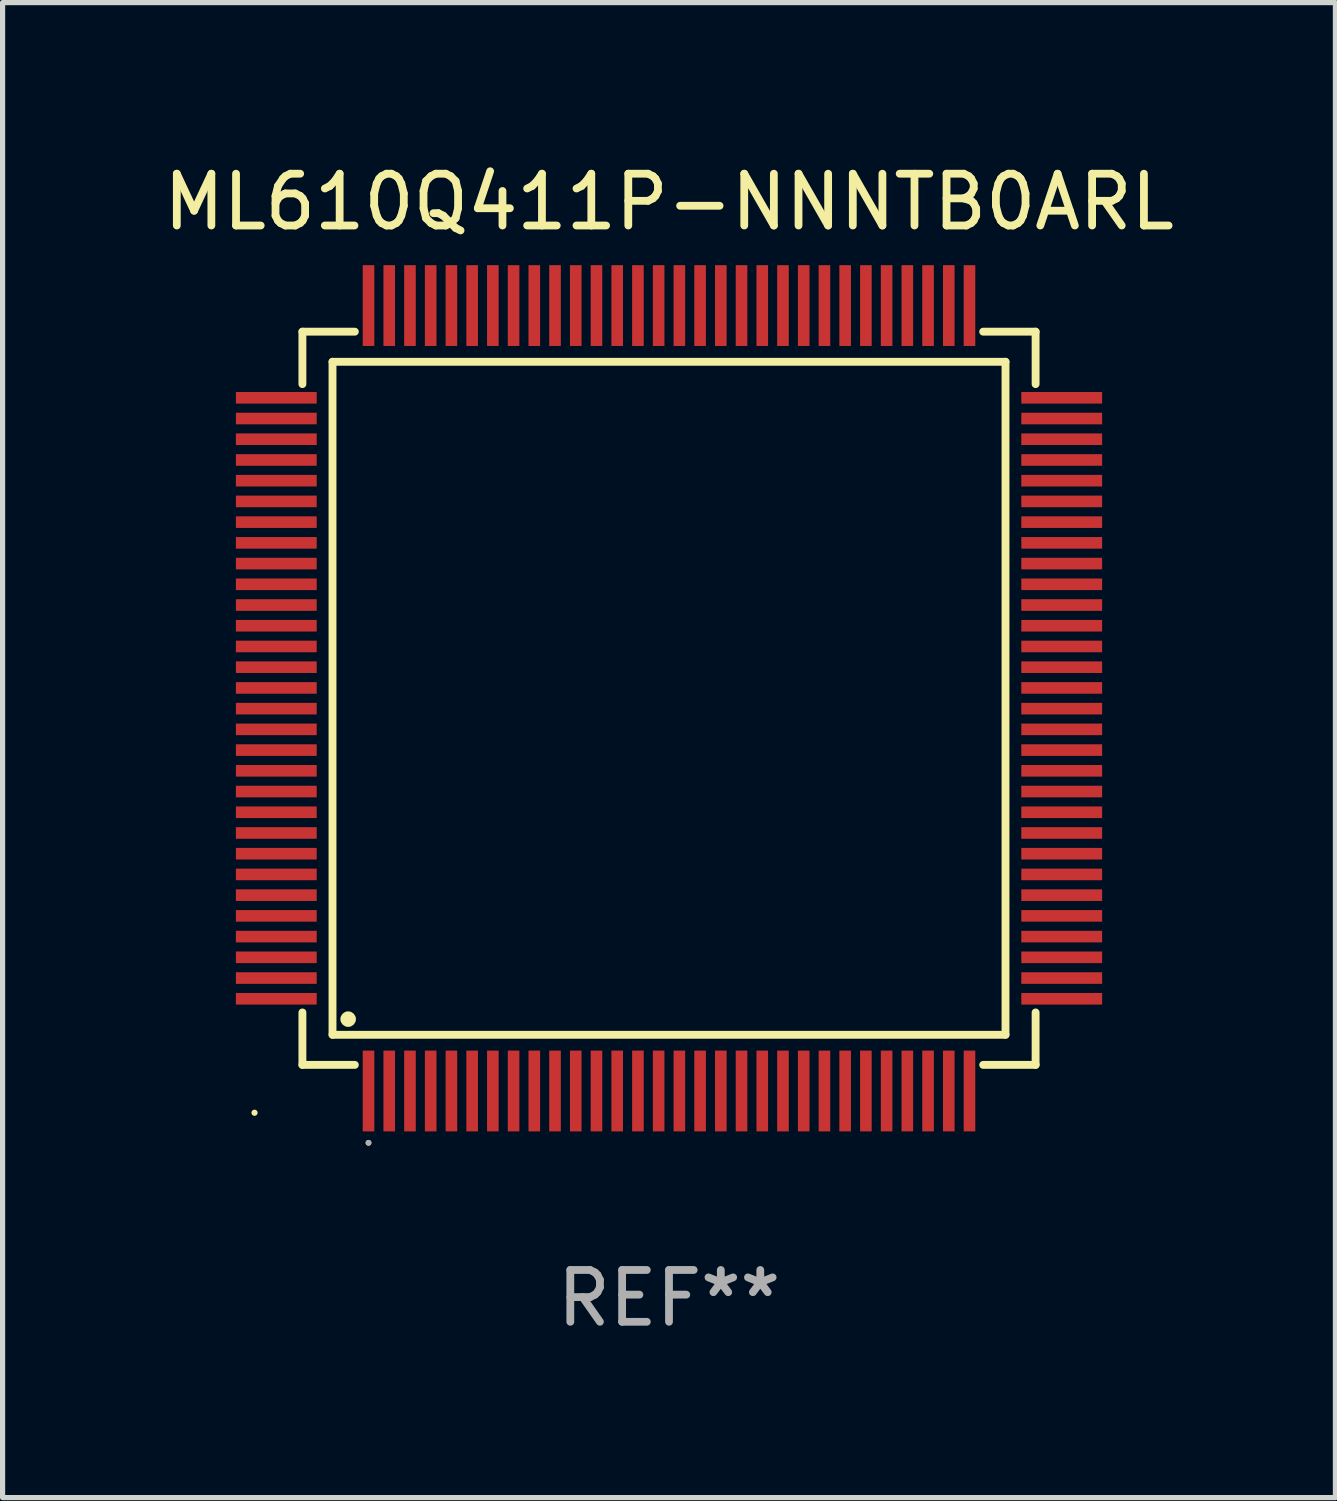
<source format=kicad_pcb>
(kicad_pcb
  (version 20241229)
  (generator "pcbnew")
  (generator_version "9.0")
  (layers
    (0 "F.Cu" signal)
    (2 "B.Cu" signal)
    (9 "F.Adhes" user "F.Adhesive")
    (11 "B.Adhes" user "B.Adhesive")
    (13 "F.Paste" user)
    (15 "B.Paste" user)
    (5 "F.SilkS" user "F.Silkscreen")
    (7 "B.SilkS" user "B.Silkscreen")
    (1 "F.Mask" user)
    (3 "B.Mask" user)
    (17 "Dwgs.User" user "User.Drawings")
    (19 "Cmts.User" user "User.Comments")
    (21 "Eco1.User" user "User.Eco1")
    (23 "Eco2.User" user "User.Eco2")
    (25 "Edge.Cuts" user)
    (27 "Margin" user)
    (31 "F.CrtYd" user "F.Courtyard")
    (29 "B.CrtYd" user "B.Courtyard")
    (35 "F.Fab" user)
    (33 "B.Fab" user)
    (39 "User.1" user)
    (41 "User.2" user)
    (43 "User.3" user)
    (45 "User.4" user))
  (footprint "ML610Q411P-NNNTB0ARL"
    (layer "F.Cu")
    (at 9.863 10.428)
    (property "Reference" "ML610Q411P-NNNTB0ARL" (at 0 -9.58 0) (layer "F.SilkS") (effects (font (size 1 1) (thickness 0.15))))
    (attr through_hole)
    (fp_line (start -7.076 -7.076) (end -7.076 -6.064) (stroke (width 0.152) (type solid)) (layer "F.SilkS"))
    (fp_line (start -7.076 7.076) (end -7.076 6.064) (stroke (width 0.152) (type solid)) (layer "F.SilkS"))
    (fp_line (start -6.495 -6.495) (end 6.495 -6.495) (stroke (width 0.152) (type solid)) (layer "F.SilkS"))
    (fp_line (start -6.495 6.495) (end -6.495 -6.495) (stroke (width 0.152) (type solid)) (layer "F.SilkS"))
    (fp_line (start -6.064 -7.076) (end -7.076 -7.076) (stroke (width 0.152) (type solid)) (layer "F.SilkS"))
    (fp_line (start -6.064 7.076) (end -7.076 7.076) (stroke (width 0.152) (type solid)) (layer "F.SilkS"))
    (fp_line (start 6.064 -7.076) (end 7.076 -7.076) (stroke (width 0.152) (type solid)) (layer "F.SilkS"))
    (fp_line (start 6.064 7.076) (end 7.076 7.076) (stroke (width 0.152) (type solid)) (layer "F.SilkS"))
    (fp_line (start 6.495 -6.495) (end 6.495 6.495) (stroke (width 0.152) (type solid)) (layer "F.SilkS"))
    (fp_line (start 6.495 6.495) (end -6.495 6.495) (stroke (width 0.152) (type solid)) (layer "F.SilkS"))
    (fp_line (start 7.076 -7.076) (end 7.076 -6.064) (stroke (width 0.152) (type solid)) (layer "F.SilkS"))
    (fp_line (start 7.076 7.076) (end 7.076 6.064) (stroke (width 0.152) (type solid)) (layer "F.SilkS"))
    (fp_circle (center -8 8) (end -7.97 8) (stroke (width 0.06) (type solid)) (fill no) (layer "F.SilkS"))
    (fp_circle (center -6.193 6.193) (end -6.118 6.193) (stroke (width 0.15) (type solid)) (fill no) (layer "F.SilkS"))
    (fp_circle (center -5.8 8.58) (end -5.772 8.58) (stroke (width 0.056) (type solid)) (fill no) (layer "F.SilkS"))
    (fp_circle (center -5.8 8.58) (end -5.772 8.58) (stroke (width 0.056) (type solid)) (fill no) (layer "F.Fab"))
    (fp_text user "REF**" (at 0 11.58 0) (layer "F.Fab") (effects (font (size 1 1) (thickness 0.15))))
    (pad "1" smd rect (at -5.8 7.58) (size 0.224 1.56) (layers "F.Cu" "F.Mask" "F.Paste"))
    (pad "2" smd rect (at -5.4 7.58) (size 0.224 1.56) (layers "F.Cu" "F.Mask" "F.Paste"))
    (pad "3" smd rect (at -5 7.58) (size 0.224 1.56) (layers "F.Cu" "F.Mask" "F.Paste"))
    (pad "4" smd rect (at -4.6 7.58) (size 0.224 1.56) (layers "F.Cu" "F.Mask" "F.Paste"))
    (pad "5" smd rect (at -4.2 7.58) (size 0.224 1.56) (layers "F.Cu" "F.Mask" "F.Paste"))
    (pad "6" smd rect (at -3.8 7.58) (size 0.224 1.56) (layers "F.Cu" "F.Mask" "F.Paste"))
    (pad "7" smd rect (at -3.4 7.58) (size 0.224 1.56) (layers "F.Cu" "F.Mask" "F.Paste"))
    (pad "8" smd rect (at -3 7.58) (size 0.224 1.56) (layers "F.Cu" "F.Mask" "F.Paste"))
    (pad "9" smd rect (at -2.6 7.58) (size 0.224 1.56) (layers "F.Cu" "F.Mask" "F.Paste"))
    (pad "10" smd rect (at -2.2 7.58) (size 0.224 1.56) (layers "F.Cu" "F.Mask" "F.Paste"))
    (pad "11" smd rect (at -1.8 7.58) (size 0.224 1.56) (layers "F.Cu" "F.Mask" "F.Paste"))
    (pad "12" smd rect (at -1.4 7.58) (size 0.224 1.56) (layers "F.Cu" "F.Mask" "F.Paste"))
    (pad "13" smd rect (at -1 7.58) (size 0.224 1.56) (layers "F.Cu" "F.Mask" "F.Paste"))
    (pad "14" smd rect (at -0.6 7.58) (size 0.224 1.56) (layers "F.Cu" "F.Mask" "F.Paste"))
    (pad "15" smd rect (at -0.2 7.58) (size 0.224 1.56) (layers "F.Cu" "F.Mask" "F.Paste"))
    (pad "16" smd rect (at 0.2 7.58) (size 0.224 1.56) (layers "F.Cu" "F.Mask" "F.Paste"))
    (pad "17" smd rect (at 0.6 7.58) (size 0.224 1.56) (layers "F.Cu" "F.Mask" "F.Paste"))
    (pad "18" smd rect (at 1 7.58) (size 0.224 1.56) (layers "F.Cu" "F.Mask" "F.Paste"))
    (pad "19" smd rect (at 1.4 7.58) (size 0.224 1.56) (layers "F.Cu" "F.Mask" "F.Paste"))
    (pad "20" smd rect (at 1.8 7.58) (size 0.224 1.56) (layers "F.Cu" "F.Mask" "F.Paste"))
    (pad "21" smd rect (at 2.2 7.58) (size 0.224 1.56) (layers "F.Cu" "F.Mask" "F.Paste"))
    (pad "22" smd rect (at 2.6 7.58) (size 0.224 1.56) (layers "F.Cu" "F.Mask" "F.Paste"))
    (pad "23" smd rect (at 3 7.58) (size 0.224 1.56) (layers "F.Cu" "F.Mask" "F.Paste"))
    (pad "24" smd rect (at 3.4 7.58) (size 0.224 1.56) (layers "F.Cu" "F.Mask" "F.Paste"))
    (pad "25" smd rect (at 3.8 7.58) (size 0.224 1.56) (layers "F.Cu" "F.Mask" "F.Paste"))
    (pad "26" smd rect (at 4.2 7.58) (size 0.224 1.56) (layers "F.Cu" "F.Mask" "F.Paste"))
    (pad "27" smd rect (at 4.6 7.58) (size 0.224 1.56) (layers "F.Cu" "F.Mask" "F.Paste"))
    (pad "28" smd rect (at 5 7.58) (size 0.224 1.56) (layers "F.Cu" "F.Mask" "F.Paste"))
    (pad "29" smd rect (at 5.4 7.58) (size 0.224 1.56) (layers "F.Cu" "F.Mask" "F.Paste"))
    (pad "30" smd rect (at 5.8 7.58) (size 0.224 1.56) (layers "F.Cu" "F.Mask" "F.Paste"))
    (pad "31" smd rect (at 7.58 5.8) (size 1.56 0.224) (layers "F.Cu" "F.Mask" "F.Paste"))
    (pad "32" smd rect (at 7.58 5.4) (size 1.56 0.224) (layers "F.Cu" "F.Mask" "F.Paste"))
    (pad "33" smd rect (at 7.58 5) (size 1.56 0.224) (layers "F.Cu" "F.Mask" "F.Paste"))
    (pad "34" smd rect (at 7.58 4.6) (size 1.56 0.224) (layers "F.Cu" "F.Mask" "F.Paste"))
    (pad "35" smd rect (at 7.58 4.2) (size 1.56 0.224) (layers "F.Cu" "F.Mask" "F.Paste"))
    (pad "36" smd rect (at 7.58 3.8) (size 1.56 0.224) (layers "F.Cu" "F.Mask" "F.Paste"))
    (pad "37" smd rect (at 7.58 3.4) (size 1.56 0.224) (layers "F.Cu" "F.Mask" "F.Paste"))
    (pad "38" smd rect (at 7.58 3) (size 1.56 0.224) (layers "F.Cu" "F.Mask" "F.Paste"))
    (pad "39" smd rect (at 7.58 2.6) (size 1.56 0.224) (layers "F.Cu" "F.Mask" "F.Paste"))
    (pad "40" smd rect (at 7.58 2.2) (size 1.56 0.224) (layers "F.Cu" "F.Mask" "F.Paste"))
    (pad "41" smd rect (at 7.58 1.8) (size 1.56 0.224) (layers "F.Cu" "F.Mask" "F.Paste"))
    (pad "42" smd rect (at 7.58 1.4) (size 1.56 0.224) (layers "F.Cu" "F.Mask" "F.Paste"))
    (pad "43" smd rect (at 7.58 1) (size 1.56 0.224) (layers "F.Cu" "F.Mask" "F.Paste"))
    (pad "44" smd rect (at 7.58 0.6) (size 1.56 0.224) (layers "F.Cu" "F.Mask" "F.Paste"))
    (pad "45" smd rect (at 7.58 0.2) (size 1.56 0.224) (layers "F.Cu" "F.Mask" "F.Paste"))
    (pad "46" smd rect (at 7.58 -0.2) (size 1.56 0.224) (layers "F.Cu" "F.Mask" "F.Paste"))
    (pad "47" smd rect (at 7.58 -0.6) (size 1.56 0.224) (layers "F.Cu" "F.Mask" "F.Paste"))
    (pad "48" smd rect (at 7.58 -1) (size 1.56 0.224) (layers "F.Cu" "F.Mask" "F.Paste"))
    (pad "49" smd rect (at 7.58 -1.4) (size 1.56 0.224) (layers "F.Cu" "F.Mask" "F.Paste"))
    (pad "50" smd rect (at 7.58 -1.8) (size 1.56 0.224) (layers "F.Cu" "F.Mask" "F.Paste"))
    (pad "51" smd rect (at 7.58 -2.2) (size 1.56 0.224) (layers "F.Cu" "F.Mask" "F.Paste"))
    (pad "52" smd rect (at 7.58 -2.6) (size 1.56 0.224) (layers "F.Cu" "F.Mask" "F.Paste"))
    (pad "53" smd rect (at 7.58 -3) (size 1.56 0.224) (layers "F.Cu" "F.Mask" "F.Paste"))
    (pad "54" smd rect (at 7.58 -3.4) (size 1.56 0.224) (layers "F.Cu" "F.Mask" "F.Paste"))
    (pad "55" smd rect (at 7.58 -3.8) (size 1.56 0.224) (layers "F.Cu" "F.Mask" "F.Paste"))
    (pad "56" smd rect (at 7.58 -4.2) (size 1.56 0.224) (layers "F.Cu" "F.Mask" "F.Paste"))
    (pad "57" smd rect (at 7.58 -4.6) (size 1.56 0.224) (layers "F.Cu" "F.Mask" "F.Paste"))
    (pad "58" smd rect (at 7.58 -5) (size 1.56 0.224) (layers "F.Cu" "F.Mask" "F.Paste"))
    (pad "59" smd rect (at 7.58 -5.4) (size 1.56 0.224) (layers "F.Cu" "F.Mask" "F.Paste"))
    (pad "60" smd rect (at 7.58 -5.8) (size 1.56 0.224) (layers "F.Cu" "F.Mask" "F.Paste"))
    (pad "61" smd rect (at 5.8 -7.58) (size 0.224 1.56) (layers "F.Cu" "F.Mask" "F.Paste"))
    (pad "62" smd rect (at 5.4 -7.58) (size 0.224 1.56) (layers "F.Cu" "F.Mask" "F.Paste"))
    (pad "63" smd rect (at 5 -7.58) (size 0.224 1.56) (layers "F.Cu" "F.Mask" "F.Paste"))
    (pad "64" smd rect (at 4.6 -7.58) (size 0.224 1.56) (layers "F.Cu" "F.Mask" "F.Paste"))
    (pad "65" smd rect (at 4.2 -7.58) (size 0.224 1.56) (layers "F.Cu" "F.Mask" "F.Paste"))
    (pad "66" smd rect (at 3.8 -7.58) (size 0.224 1.56) (layers "F.Cu" "F.Mask" "F.Paste"))
    (pad "67" smd rect (at 3.4 -7.58) (size 0.224 1.56) (layers "F.Cu" "F.Mask" "F.Paste"))
    (pad "68" smd rect (at 3 -7.58) (size 0.224 1.56) (layers "F.Cu" "F.Mask" "F.Paste"))
    (pad "69" smd rect (at 2.6 -7.58) (size 0.224 1.56) (layers "F.Cu" "F.Mask" "F.Paste"))
    (pad "70" smd rect (at 2.2 -7.58) (size 0.224 1.56) (layers "F.Cu" "F.Mask" "F.Paste"))
    (pad "71" smd rect (at 1.8 -7.58) (size 0.224 1.56) (layers "F.Cu" "F.Mask" "F.Paste"))
    (pad "72" smd rect (at 1.4 -7.58) (size 0.224 1.56) (layers "F.Cu" "F.Mask" "F.Paste"))
    (pad "73" smd rect (at 1 -7.58) (size 0.224 1.56) (layers "F.Cu" "F.Mask" "F.Paste"))
    (pad "74" smd rect (at 0.6 -7.58) (size 0.224 1.56) (layers "F.Cu" "F.Mask" "F.Paste"))
    (pad "75" smd rect (at 0.2 -7.58) (size 0.224 1.56) (layers "F.Cu" "F.Mask" "F.Paste"))
    (pad "76" smd rect (at -0.2 -7.58) (size 0.224 1.56) (layers "F.Cu" "F.Mask" "F.Paste"))
    (pad "77" smd rect (at -0.6 -7.58) (size 0.224 1.56) (layers "F.Cu" "F.Mask" "F.Paste"))
    (pad "78" smd rect (at -1 -7.58) (size 0.224 1.56) (layers "F.Cu" "F.Mask" "F.Paste"))
    (pad "79" smd rect (at -1.4 -7.58) (size 0.224 1.56) (layers "F.Cu" "F.Mask" "F.Paste"))
    (pad "80" smd rect (at -1.8 -7.58) (size 0.224 1.56) (layers "F.Cu" "F.Mask" "F.Paste"))
    (pad "81" smd rect (at -2.2 -7.58) (size 0.224 1.56) (layers "F.Cu" "F.Mask" "F.Paste"))
    (pad "82" smd rect (at -2.6 -7.58) (size 0.224 1.56) (layers "F.Cu" "F.Mask" "F.Paste"))
    (pad "83" smd rect (at -3 -7.58) (size 0.224 1.56) (layers "F.Cu" "F.Mask" "F.Paste"))
    (pad "84" smd rect (at -3.4 -7.58) (size 0.224 1.56) (layers "F.Cu" "F.Mask" "F.Paste"))
    (pad "85" smd rect (at -3.8 -7.58) (size 0.224 1.56) (layers "F.Cu" "F.Mask" "F.Paste"))
    (pad "86" smd rect (at -4.2 -7.58) (size 0.224 1.56) (layers "F.Cu" "F.Mask" "F.Paste"))
    (pad "87" smd rect (at -4.6 -7.58) (size 0.224 1.56) (layers "F.Cu" "F.Mask" "F.Paste"))
    (pad "88" smd rect (at -5 -7.58) (size 0.224 1.56) (layers "F.Cu" "F.Mask" "F.Paste"))
    (pad "89" smd rect (at -5.4 -7.58) (size 0.224 1.56) (layers "F.Cu" "F.Mask" "F.Paste"))
    (pad "90" smd rect (at -5.8 -7.58) (size 0.224 1.56) (layers "F.Cu" "F.Mask" "F.Paste"))
    (pad "91" smd rect (at -7.58 -5.8) (size 1.56 0.224) (layers "F.Cu" "F.Mask" "F.Paste"))
    (pad "92" smd rect (at -7.58 -5.4) (size 1.56 0.224) (layers "F.Cu" "F.Mask" "F.Paste"))
    (pad "93" smd rect (at -7.58 -5) (size 1.56 0.224) (layers "F.Cu" "F.Mask" "F.Paste"))
    (pad "94" smd rect (at -7.58 -4.6) (size 1.56 0.224) (layers "F.Cu" "F.Mask" "F.Paste"))
    (pad "95" smd rect (at -7.58 -4.2) (size 1.56 0.224) (layers "F.Cu" "F.Mask" "F.Paste"))
    (pad "96" smd rect (at -7.58 -3.8) (size 1.56 0.224) (layers "F.Cu" "F.Mask" "F.Paste"))
    (pad "97" smd rect (at -7.58 -3.4) (size 1.56 0.224) (layers "F.Cu" "F.Mask" "F.Paste"))
    (pad "98" smd rect (at -7.58 -3) (size 1.56 0.224) (layers "F.Cu" "F.Mask" "F.Paste"))
    (pad "99" smd rect (at -7.58 -2.6) (size 1.56 0.224) (layers "F.Cu" "F.Mask" "F.Paste"))
    (pad "100" smd rect (at -7.58 -2.2) (size 1.56 0.224) (layers "F.Cu" "F.Mask" "F.Paste"))
    (pad "101" smd rect (at -7.58 -1.8) (size 1.56 0.224) (layers "F.Cu" "F.Mask" "F.Paste"))
    (pad "102" smd rect (at -7.58 -1.4) (size 1.56 0.224) (layers "F.Cu" "F.Mask" "F.Paste"))
    (pad "103" smd rect (at -7.58 -1) (size 1.56 0.224) (layers "F.Cu" "F.Mask" "F.Paste"))
    (pad "104" smd rect (at -7.58 -0.6) (size 1.56 0.224) (layers "F.Cu" "F.Mask" "F.Paste"))
    (pad "105" smd rect (at -7.58 -0.2) (size 1.56 0.224) (layers "F.Cu" "F.Mask" "F.Paste"))
    (pad "106" smd rect (at -7.58 0.2) (size 1.56 0.224) (layers "F.Cu" "F.Mask" "F.Paste"))
    (pad "107" smd rect (at -7.58 0.6) (size 1.56 0.224) (layers "F.Cu" "F.Mask" "F.Paste"))
    (pad "108" smd rect (at -7.58 1) (size 1.56 0.224) (layers "F.Cu" "F.Mask" "F.Paste"))
    (pad "109" smd rect (at -7.58 1.4) (size 1.56 0.224) (layers "F.Cu" "F.Mask" "F.Paste"))
    (pad "110" smd rect (at -7.58 1.8) (size 1.56 0.224) (layers "F.Cu" "F.Mask" "F.Paste"))
    (pad "111" smd rect (at -7.58 2.2) (size 1.56 0.224) (layers "F.Cu" "F.Mask" "F.Paste"))
    (pad "112" smd rect (at -7.58 2.6) (size 1.56 0.224) (layers "F.Cu" "F.Mask" "F.Paste"))
    (pad "113" smd rect (at -7.58 3) (size 1.56 0.224) (layers "F.Cu" "F.Mask" "F.Paste"))
    (pad "114" smd rect (at -7.58 3.4) (size 1.56 0.224) (layers "F.Cu" "F.Mask" "F.Paste"))
    (pad "115" smd rect (at -7.58 3.8) (size 1.56 0.224) (layers "F.Cu" "F.Mask" "F.Paste"))
    (pad "116" smd rect (at -7.58 4.2) (size 1.56 0.224) (layers "F.Cu" "F.Mask" "F.Paste"))
    (pad "117" smd rect (at -7.58 4.6) (size 1.56 0.224) (layers "F.Cu" "F.Mask" "F.Paste"))
    (pad "118" smd rect (at -7.58 5) (size 1.56 0.224) (layers "F.Cu" "F.Mask" "F.Paste"))
    (pad "119" smd rect (at -7.58 5.4) (size 1.56 0.224) (layers "F.Cu" "F.Mask" "F.Paste"))
    (pad "120" smd rect (at -7.58 5.8) (size 1.56 0.224) (layers "F.Cu" "F.Mask" "F.Paste")))
  (gr_rect
    (start -3 -3)
    (end 22.726 25.856)
    (stroke (width 0.1) (type default))
    (fill no)
    (layer "Edge.Cuts")))
</source>
